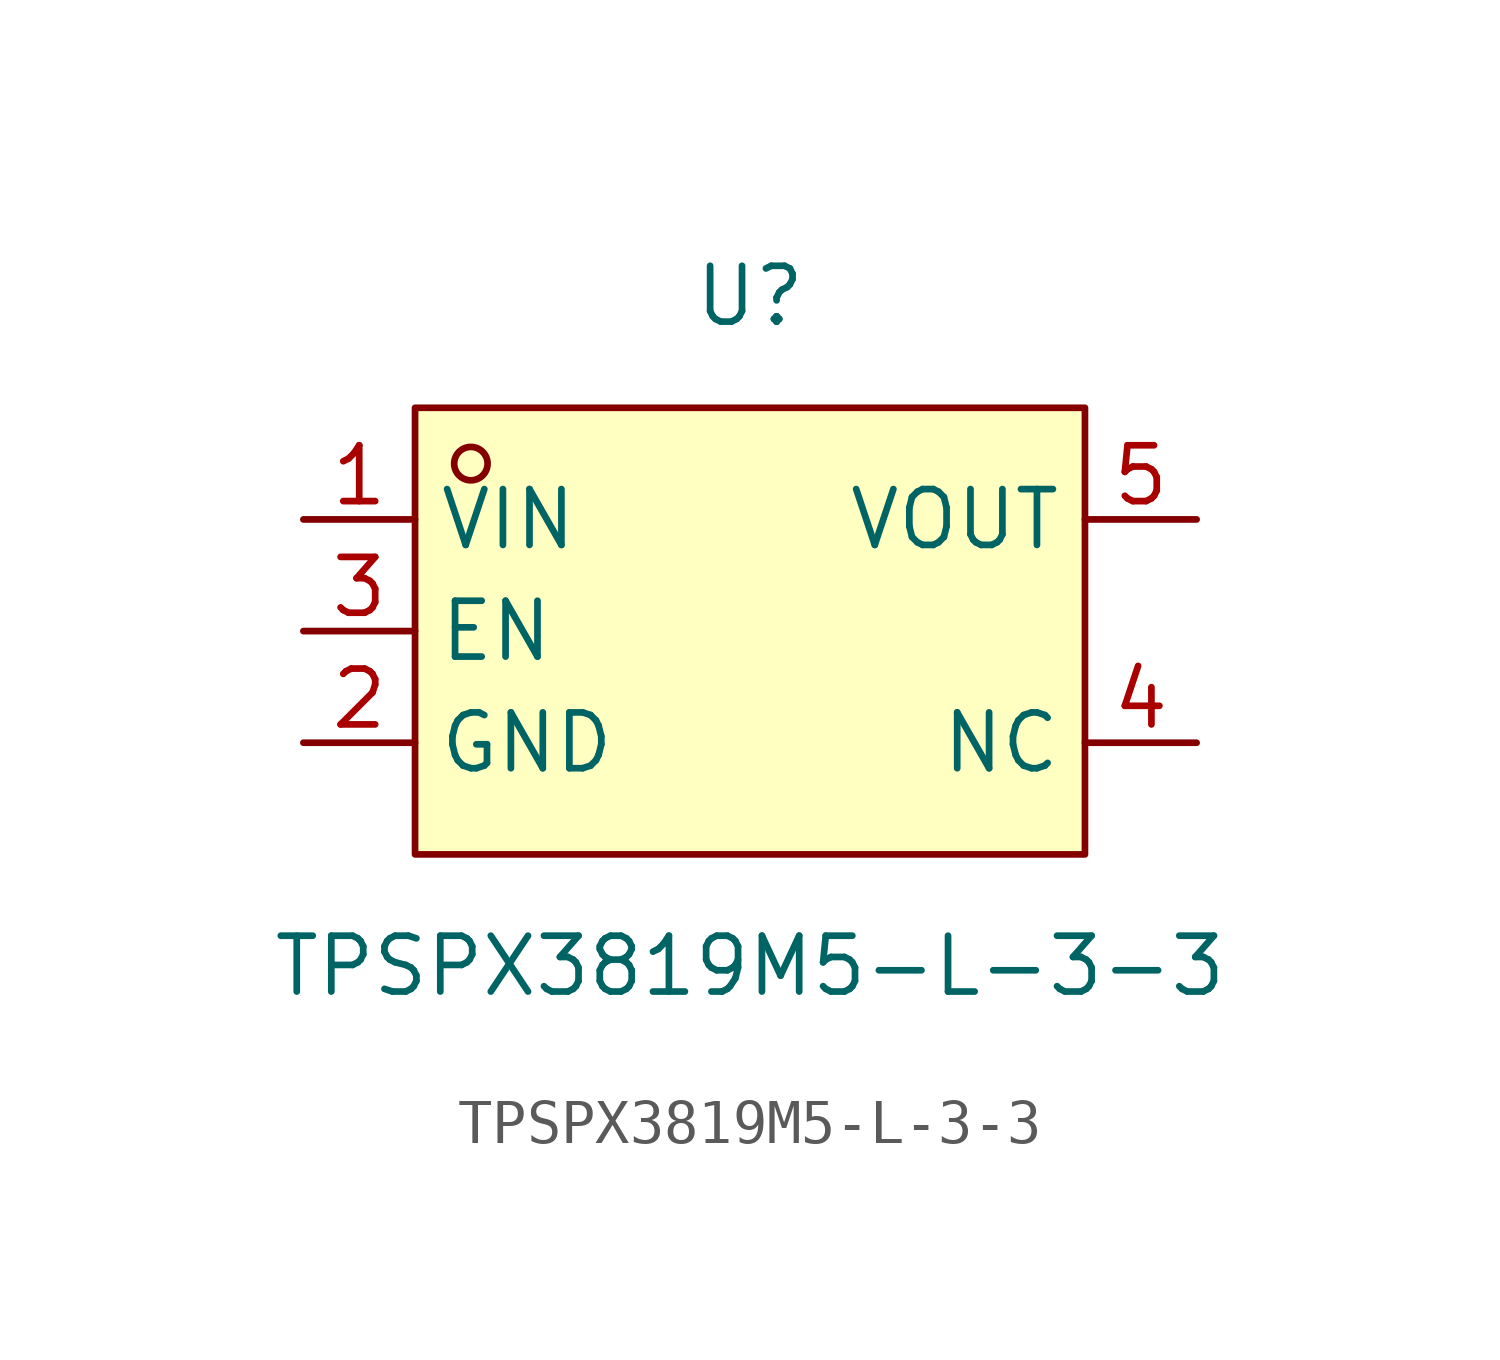
<source format=kicad_sym>
(kicad_symbol_lib
  (version 20211014)
  (generator https://github.com/uPesy/easyeda2kicad.py)
  (symbol "TPSPX3819M5-L-3-3"
    (property "Reference" "U"
      (at 0 7.62 0)
      (effects (font (size 1.27 1.27))))
    (property "Value" "TPSPX3819M5-L-3-3"
      (at 0 -7.62 0)
      (effects (font (size 1.27 1.27))))
    (symbol "TPSPX3819M5-L-3-3_0_1"
      (rectangle (start -7.62 5.08) (end 7.62 -5.08) (stroke (width 0) (type default) (color 0 0 0 0)) (fill (type background)))
      (circle (center -6.35 3.81) (radius 0.38) (stroke (width 0) (type default) (color 0 0 0 0)) (fill (type none)))
      (pin unspecified line (at 10.16 2.54 180) (length 2.54) (name "VOUT" (effects (font (size 1.27 1.27)))) (number "5" (effects (font (size 1.27 1.27)))))
      (pin unspecified line (at 10.16 -2.54 180) (length 2.54) (name "NC" (effects (font (size 1.27 1.27)))) (number "4" (effects (font (size 1.27 1.27)))))
      (pin unspecified line (at -10.16 -0.00 0) (length 2.54) (name "EN" (effects (font (size 1.27 1.27)))) (number "3" (effects (font (size 1.27 1.27)))))
      (pin unspecified line (at -10.16 -2.54 0) (length 2.54) (name "GND" (effects (font (size 1.27 1.27)))) (number "2" (effects (font (size 1.27 1.27)))))
      (pin unspecified line (at -10.16 2.54 0) (length 2.54) (name "VIN" (effects (font (size 1.27 1.27)))) (number "1" (effects (font (size 1.27 1.27))))))))
</source>
